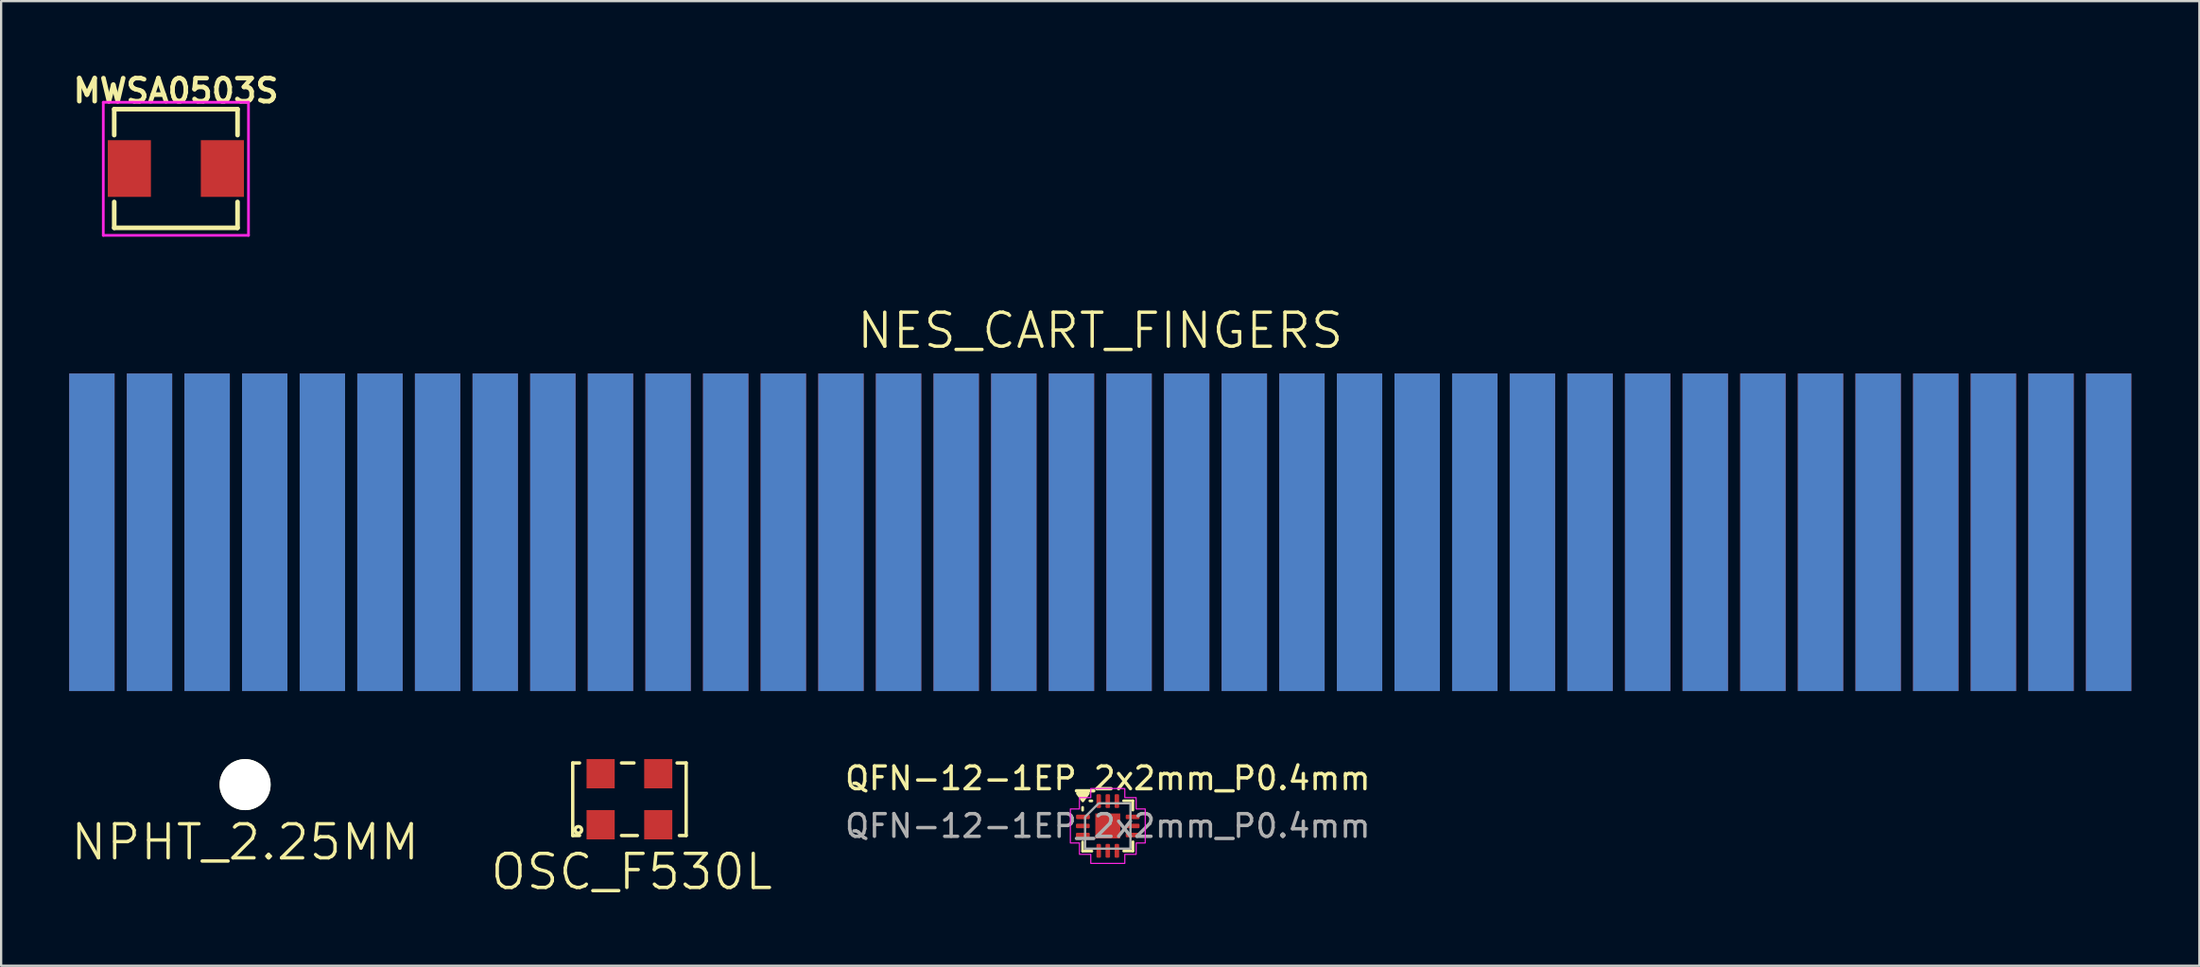
<source format=kicad_pcb>
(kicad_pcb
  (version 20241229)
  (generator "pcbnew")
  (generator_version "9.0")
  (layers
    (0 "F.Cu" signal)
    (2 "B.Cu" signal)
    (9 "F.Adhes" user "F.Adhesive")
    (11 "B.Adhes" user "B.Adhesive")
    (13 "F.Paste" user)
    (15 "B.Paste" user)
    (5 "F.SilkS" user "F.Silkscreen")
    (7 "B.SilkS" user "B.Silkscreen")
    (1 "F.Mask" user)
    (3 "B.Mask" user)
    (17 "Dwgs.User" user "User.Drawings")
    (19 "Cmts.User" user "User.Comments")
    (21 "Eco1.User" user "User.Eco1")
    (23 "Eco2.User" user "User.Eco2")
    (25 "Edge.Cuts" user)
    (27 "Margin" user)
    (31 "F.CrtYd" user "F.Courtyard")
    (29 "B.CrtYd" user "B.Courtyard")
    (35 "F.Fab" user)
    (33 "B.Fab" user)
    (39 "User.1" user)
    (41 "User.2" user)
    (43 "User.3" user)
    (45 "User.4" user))
  (footprint "MWSA0503S"
    (layer "F.Cu")
    (at 4.703 4.38)
    (property "Reference" "MWSA0503S" (at 0 -3.429 0) (layer "F.SilkS") (effects (font (size 1.016 1.016) (thickness 0.203))))
    (attr through_hole)
    (fp_line (start -2.718 -2.616) (end 2.718 -2.616) (stroke (width 0.203) (type solid)) (layer "F.SilkS"))
    (fp_line (start -2.718 -1.473) (end -2.718 -2.616) (stroke (width 0.203) (type solid)) (layer "F.SilkS"))
    (fp_line (start -2.718 1.473) (end -2.718 2.616) (stroke (width 0.203) (type solid)) (layer "F.SilkS"))
    (fp_line (start -2.718 2.616) (end 2.718 2.616) (stroke (width 0.203) (type solid)) (layer "F.SilkS"))
    (fp_line (start 2.718 -2.616) (end 2.718 -1.473) (stroke (width 0.203) (type solid)) (layer "F.SilkS"))
    (fp_line (start 2.718 2.616) (end 2.718 1.473) (stroke (width 0.203) (type solid)) (layer "F.SilkS"))
    (fp_line (start -3.2 -2.921) (end -3.2 2.946) (stroke (width 0.12) (type solid)) (layer "F.CrtYd"))
    (fp_line (start -3.2 2.946) (end 3.2 2.946) (stroke (width 0.12) (type solid)) (layer "F.CrtYd"))
    (fp_line (start 3.2 -2.921) (end -3.2 -2.921) (stroke (width 0.12) (type solid)) (layer "F.CrtYd"))
    (fp_line (start 3.2 2.946) (end 3.2 -2.921) (stroke (width 0.12) (type solid)) (layer "F.CrtYd"))
    (pad "1" smd rect (at -2.05 0) (size 1.9 2.5) (layers "F.Cu" "F.Mask" "F.Paste"))
    (pad "2" smd rect (at 2.05 0) (size 1.9 2.5) (layers "F.Cu" "F.Mask" "F.Paste")))
  (footprint "NPHT_2.25MM"
    (layer "F.Cu")
    (at 7.754 31.542)
    (property "Reference" "NPHT_2.25MM" (at 0 2.54 0) (layer "F.SilkS") (effects (font (size 1.5 1.5) (thickness 0.15))))
    (attr through_hole)
    (pad "" np_thru_hole circle (at 0 0) (size 2.25 2.25) (drill 2.25) (layers "*.Cu" "*.Mask" "F.SilkS")))
  (footprint "OSC_F530L"
    (layer "F.Cu")
    (at 24.696 32.187)
    (property "Reference" "OSC_F530L" (at 0.1 3.2 0) (layer "F.SilkS") (effects (font (size 1.5 1.5) (thickness 0.15))))
    (attr through_hole)
    (fp_line (start -2.5 -1.6) (end -2.5 1.6) (stroke (width 0.15) (type solid)) (layer "F.SilkS"))
    (fp_line (start -2.5 1.6) (end -2.2 1.6) (stroke (width 0.15) (type solid)) (layer "F.SilkS"))
    (fp_line (start -2.2 -1.6) (end -2.5 -1.6) (stroke (width 0.15) (type solid)) (layer "F.SilkS"))
    (fp_line (start 0.2 -1.6) (end -0.35 -1.6) (stroke (width 0.15) (type solid)) (layer "F.SilkS"))
    (fp_line (start 0.35 1.6) (end -0.35 1.6) (stroke (width 0.15) (type solid)) (layer "F.SilkS"))
    (fp_line (start 2.2 1.6) (end 2.5 1.6) (stroke (width 0.15) (type solid)) (layer "F.SilkS"))
    (fp_line (start 2.5 -1.6) (end 2.1 -1.6) (stroke (width 0.15) (type solid)) (layer "F.SilkS"))
    (fp_line (start 2.5 1.6) (end 2.5 -1.6) (stroke (width 0.15) (type solid)) (layer "F.SilkS"))
    (fp_circle (center -2.25 1.35) (end -2.2 1.3) (stroke (width 0.15) (type solid)) (fill no) (layer "F.SilkS"))
    (pad "1" smd rect (at -1.27 1.125) (size 1.24 1.29) (layers "F.Cu" "F.Mask" "F.Paste"))
    (pad "2" smd rect (at 1.27 1.125) (size 1.24 1.29) (layers "F.Cu" "F.Mask" "F.Paste"))
    (pad "3" smd rect (at 1.27 -1.125) (size 1.24 1.29) (layers "F.Cu" "F.Mask" "F.Paste"))
    (pad "4" smd rect (at -1.27 -1.125) (size 1.24 1.29) (layers "F.Cu" "F.Mask" "F.Paste")))
  (footprint "NES_CART_FINGERS"
    (layer "F.Cu")
    (at 45.45 20.417)
    (property "Reference" "NES_CART_FINGERS" (at 0 -8.89 0) (layer "F.SilkS") (effects (font (size 1.5 1.5) (thickness 0.15))))
    (attr through_hole)
    (pad "1" connect rect (at 44.45 0) (size 2 14) (layers "F.Cu" "F.Mask"))
    (pad "2" connect rect (at 41.91 0) (size 2 14) (layers "F.Cu" "F.Mask"))
    (pad "3" connect rect (at 39.37 0) (size 2 14) (layers "F.Cu" "F.Mask"))
    (pad "4" connect rect (at 36.83 0) (size 2 14) (layers "F.Cu" "F.Mask"))
    (pad "5" connect rect (at 34.29 0) (size 2 14) (layers "F.Cu" "F.Mask"))
    (pad "6" connect rect (at 31.75 0) (size 2 14) (layers "F.Cu" "F.Mask"))
    (pad "7" connect rect (at 29.21 0) (size 2 14) (layers "F.Cu" "F.Mask"))
    (pad "8" connect rect (at 26.67 0) (size 2 14) (layers "F.Cu" "F.Mask"))
    (pad "9" connect rect (at 24.13 0) (size 2 14) (layers "F.Cu" "F.Mask"))
    (pad "10" connect rect (at 21.59 0) (size 2 14) (layers "F.Cu" "F.Mask"))
    (pad "11" connect rect (at 19.05 0) (size 2 14) (layers "F.Cu" "F.Mask"))
    (pad "12" connect rect (at 16.51 0) (size 2 14) (layers "F.Cu" "F.Mask"))
    (pad "13" connect rect (at 13.97 0) (size 2 14) (layers "F.Cu" "F.Mask"))
    (pad "14" connect rect (at 11.43 0) (size 2 14) (layers "F.Cu" "F.Mask"))
    (pad "15" connect rect (at 8.89 0) (size 2 14) (layers "F.Cu" "F.Mask"))
    (pad "16" connect rect (at 6.35 0) (size 2 14) (layers "F.Cu" "F.Mask"))
    (pad "17" connect rect (at 3.81 0) (size 2 14) (layers "F.Cu" "F.Mask"))
    (pad "18" connect rect (at 1.27 0) (size 2 14) (layers "F.Cu" "F.Mask"))
    (pad "19" connect rect (at -1.27 0) (size 2 14) (layers "F.Cu" "F.Mask"))
    (pad "20" connect rect (at -3.81 0) (size 2 14) (layers "F.Cu" "F.Mask"))
    (pad "21" connect rect (at -6.35 0) (size 2 14) (layers "F.Cu" "F.Mask"))
    (pad "22" connect rect (at -8.89 0) (size 2 14) (layers "F.Cu" "F.Mask"))
    (pad "23" connect rect (at -11.43 0) (size 2 14) (layers "F.Cu" "F.Mask"))
    (pad "24" connect rect (at -13.97 0) (size 2 14) (layers "F.Cu" "F.Mask"))
    (pad "25" connect rect (at -16.51 0) (size 2 14) (layers "F.Cu" "F.Mask"))
    (pad "26" connect rect (at -19.05 0) (size 2 14) (layers "F.Cu" "F.Mask"))
    (pad "27" connect rect (at -21.59 0) (size 2 14) (layers "F.Cu" "F.Mask"))
    (pad "28" connect rect (at -24.13 0) (size 2 14) (layers "F.Cu" "F.Mask"))
    (pad "29" connect rect (at -26.67 0) (size 2 14) (layers "F.Cu" "F.Mask"))
    (pad "30" connect rect (at -29.21 0) (size 2 14) (layers "F.Cu" "F.Mask"))
    (pad "31" connect rect (at -31.75 0) (size 2 14) (layers "F.Cu" "F.Mask"))
    (pad "32" connect rect (at -34.29 0) (size 2 14) (layers "F.Cu" "F.Mask"))
    (pad "33" connect rect (at -36.83 0) (size 2 14) (layers "F.Cu" "F.Mask"))
    (pad "34" connect rect (at -39.37 0) (size 2 14) (layers "F.Cu" "F.Mask"))
    (pad "35" connect rect (at -41.91 0) (size 2 14) (layers "F.Cu" "F.Mask"))
    (pad "36" connect rect (at -44.45 0) (size 2 14) (layers "F.Cu" "F.Mask"))
    (pad "37" connect rect (at 44.45 0) (size 2 14) (layers "B.Cu" "B.Mask"))
    (pad "38" connect rect (at 41.91 0) (size 2 14) (layers "B.Cu" "B.Mask"))
    (pad "39" connect rect (at 39.37 0) (size 2 14) (layers "B.Cu" "B.Mask"))
    (pad "40" connect rect (at 36.83 0) (size 2 14) (layers "B.Cu" "B.Mask"))
    (pad "41" connect rect (at 34.29 0) (size 2 14) (layers "B.Cu" "B.Mask"))
    (pad "42" connect rect (at 31.75 0) (size 2 14) (layers "B.Cu" "B.Mask"))
    (pad "43" connect rect (at 29.21 0) (size 2 14) (layers "B.Cu" "B.Mask"))
    (pad "44" connect rect (at 26.67 0) (size 2 14) (layers "B.Cu" "B.Mask"))
    (pad "45" connect rect (at 24.13 0) (size 2 14) (layers "B.Cu" "B.Mask"))
    (pad "46" connect rect (at 21.59 0) (size 2 14) (layers "B.Cu" "B.Mask"))
    (pad "47" connect rect (at 19.05 0) (size 2 14) (layers "B.Cu" "B.Mask"))
    (pad "48" connect rect (at 16.51 0) (size 2 14) (layers "B.Cu" "B.Mask"))
    (pad "49" connect rect (at 13.97 0) (size 2 14) (layers "B.Cu" "B.Mask"))
    (pad "50" connect rect (at 11.43 0) (size 2 14) (layers "B.Cu" "B.Mask"))
    (pad "51" connect rect (at 8.89 0) (size 2 14) (layers "B.Cu" "B.Mask"))
    (pad "52" connect rect (at 6.35 0) (size 2 14) (layers "B.Cu" "B.Mask"))
    (pad "53" connect rect (at 3.81 0) (size 2 14) (layers "B.Cu" "B.Mask"))
    (pad "54" connect rect (at 1.27 0) (size 2 14) (layers "B.Cu" "B.Mask"))
    (pad "55" connect rect (at -1.27 0) (size 2 14) (layers "B.Cu" "B.Mask"))
    (pad "56" connect rect (at -3.81 0) (size 2 14) (layers "B.Cu" "B.Mask"))
    (pad "57" connect rect (at -6.35 0) (size 2 14) (layers "B.Cu" "B.Mask"))
    (pad "58" connect rect (at -8.89 0) (size 2 14) (layers "B.Cu" "B.Mask"))
    (pad "59" connect rect (at -11.43 0) (size 2 14) (layers "B.Cu" "B.Mask"))
    (pad "60" connect rect (at -13.97 0) (size 2 14) (layers "B.Cu" "B.Mask"))
    (pad "61" connect rect (at -16.51 0) (size 2 14) (layers "B.Cu" "B.Mask"))
    (pad "62" connect rect (at -19.05 0) (size 2 14) (layers "B.Cu" "B.Mask"))
    (pad "63" connect rect (at -21.59 0) (size 2 14) (layers "B.Cu" "B.Mask"))
    (pad "64" connect rect (at -24.13 0) (size 2 14) (layers "B.Cu" "B.Mask"))
    (pad "65" connect rect (at -26.67 0) (size 2 14) (layers "B.Cu" "B.Mask"))
    (pad "66" connect rect (at -29.21 0) (size 2 14) (layers "B.Cu" "B.Mask"))
    (pad "67" connect rect (at -31.75 0) (size 2 14) (layers "B.Cu" "B.Mask"))
    (pad "68" connect rect (at -34.29 0) (size 2 14) (layers "B.Cu" "B.Mask"))
    (pad "69" connect rect (at -36.83 0) (size 2 14) (layers "B.Cu" "B.Mask"))
    (pad "70" connect rect (at -39.37 0) (size 2 14) (layers "B.Cu" "B.Mask"))
    (pad "71" connect rect (at -41.91 0) (size 2 14) (layers "B.Cu" "B.Mask"))
    (pad "72" connect rect (at -44.45 0) (size 2 14) (layers "B.Cu" "B.Mask")))
  (footprint "QFN-12-1EP_2x2mm_P0.4mm"
    (layer "F.Cu")
    (at 45.782 33.365)
    (property "Reference" "QFN-12-1EP_2x2mm_P0.4mm" (at 0 -2.1 0) (unlocked yes) (layer "F.SilkS") (effects (font (size 1 1) (thickness 0.15))))
    (attr through_hole)
    (fp_line (start -1.11 -0.82) (end -1.11 -0.695) (stroke (width 0.12) (type solid)) (layer "F.SilkS"))
    (fp_line (start -1.11 0.7) (end -1.11 1.11) (stroke (width 0.12) (type solid)) (layer "F.SilkS"))
    (fp_line (start -1.11 1.11) (end -0.7 1.11) (stroke (width 0.12) (type solid)) (layer "F.SilkS"))
    (fp_line (start -0.7 -1.105) (end -0.79 -1.105) (stroke (width 0.12) (type solid)) (layer "F.SilkS"))
    (fp_line (start 0.7 1.105) (end 1.11 1.105) (stroke (width 0.12) (type solid)) (layer "F.SilkS"))
    (fp_line (start 1.105 -1.11) (end 0.695 -1.11) (stroke (width 0.12) (type solid)) (layer "F.SilkS"))
    (fp_line (start 1.105 -0.7) (end 1.105 -1.11) (stroke (width 0.12) (type solid)) (layer "F.SilkS"))
    (fp_line (start 1.11 1.105) (end 1.11 0.695) (stroke (width 0.12) (type solid)) (layer "F.SilkS"))
    (fp_poly (pts (xy -1.34 -1.435) (xy -0.86 -1.435) (xy -1.1 -1.105)) (stroke (width 0.12) (type solid)) (fill yes) (layer "F.SilkS"))
    (fp_poly (pts (xy 0.75 -1.25) (xy 0.75 -1.65) (xy -0.75 -1.65) (xy -0.75 -1.25) (xy -1.25 -1.25) (xy -1.25 -0.75) (xy -1.65 -0.75) (xy -1.65 0.75) (xy -1.25 0.75) (xy -1.25 1.25) (xy -0.75 1.25) (xy -0.75 1.65) (xy 0.75 1.65) (xy 0.75 1.25) (xy 1.25 1.25) (xy 1.25 0.75) (xy 1.65 0.75) (xy 1.65 -0.75) (xy 1.25 -0.75) (xy 1.25 -1.25)) (stroke (width 0.05) (type solid)) (fill no) (layer "F.CrtYd"))
    (fp_poly (pts (xy -1 1) (xy 1 1) (xy 1 -1) (xy -0.4 -1) (xy -1 -0.4)) (stroke (width 0.1) (type solid)) (fill no) (layer "F.Fab"))
    (fp_text user "${REFERENCE}" (at 0 0 0) (unlocked yes) (layer "F.Fab") (effects (font (size 1 1) (thickness 0.15))))
    (pad "1" smd roundrect (at -1.095 -0.4) (size 0.61 0.2) (layers "F.Cu" "F.Mask" "F.Paste") (roundrect_rratio 0.25))
    (pad "2" smd roundrect (at -1.1 0) (size 0.61 0.2) (layers "F.Cu" "F.Mask" "F.Paste") (roundrect_rratio 0.25))
    (pad "3" smd roundrect (at -1.1 0.4) (size 0.61 0.2) (layers "F.Cu" "F.Mask" "F.Paste") (roundrect_rratio 0.25))
    (pad "4" smd roundrect (at -0.4 1.095 90) (size 0.61 0.2) (layers "F.Cu" "F.Mask" "F.Paste") (roundrect_rratio 0.25))
    (pad "5" smd roundrect (at 0 1.095 90) (size 0.61 0.2) (layers "F.Cu" "F.Mask" "F.Paste") (roundrect_rratio 0.25))
    (pad "6" smd roundrect (at 0.4 1.095 90) (size 0.61 0.2) (layers "F.Cu" "F.Mask" "F.Paste") (roundrect_rratio 0.25))
    (pad "7" smd roundrect (at 1.095 0.4) (size 0.61 0.2) (layers "F.Cu" "F.Mask" "F.Paste") (roundrect_rratio 0.25))
    (pad "8" smd roundrect (at 1.095 0) (size 0.61 0.2) (layers "F.Cu" "F.Mask" "F.Paste") (roundrect_rratio 0.25))
    (pad "9" smd roundrect (at 1.095 -0.4) (size 0.61 0.2) (layers "F.Cu" "F.Mask" "F.Paste") (roundrect_rratio 0.25))
    (pad "10" smd roundrect (at 0.4 -1.095 90) (size 0.61 0.2) (layers "F.Cu" "F.Mask" "F.Paste") (roundrect_rratio 0.25))
    (pad "11" smd roundrect (at 0 -1.095 90) (size 0.61 0.2) (layers "F.Cu" "F.Mask" "F.Paste") (roundrect_rratio 0.25))
    (pad "12" smd roundrect (at -0.4 -1.095 90) (size 0.61 0.2) (layers "F.Cu" "F.Mask" "F.Paste") (roundrect_rratio 0.25))
    (pad "13" smd rect (at 0 0) (size 1.1 1.1) (layers "F.Cu" "F.Mask" "F.Paste")))
  (gr_rect
    (start -3 -3)
    (end 93.9 39.528)
    (stroke (width 0.1) (type default))
    (fill no)
    (layer "Edge.Cuts")))
</source>
